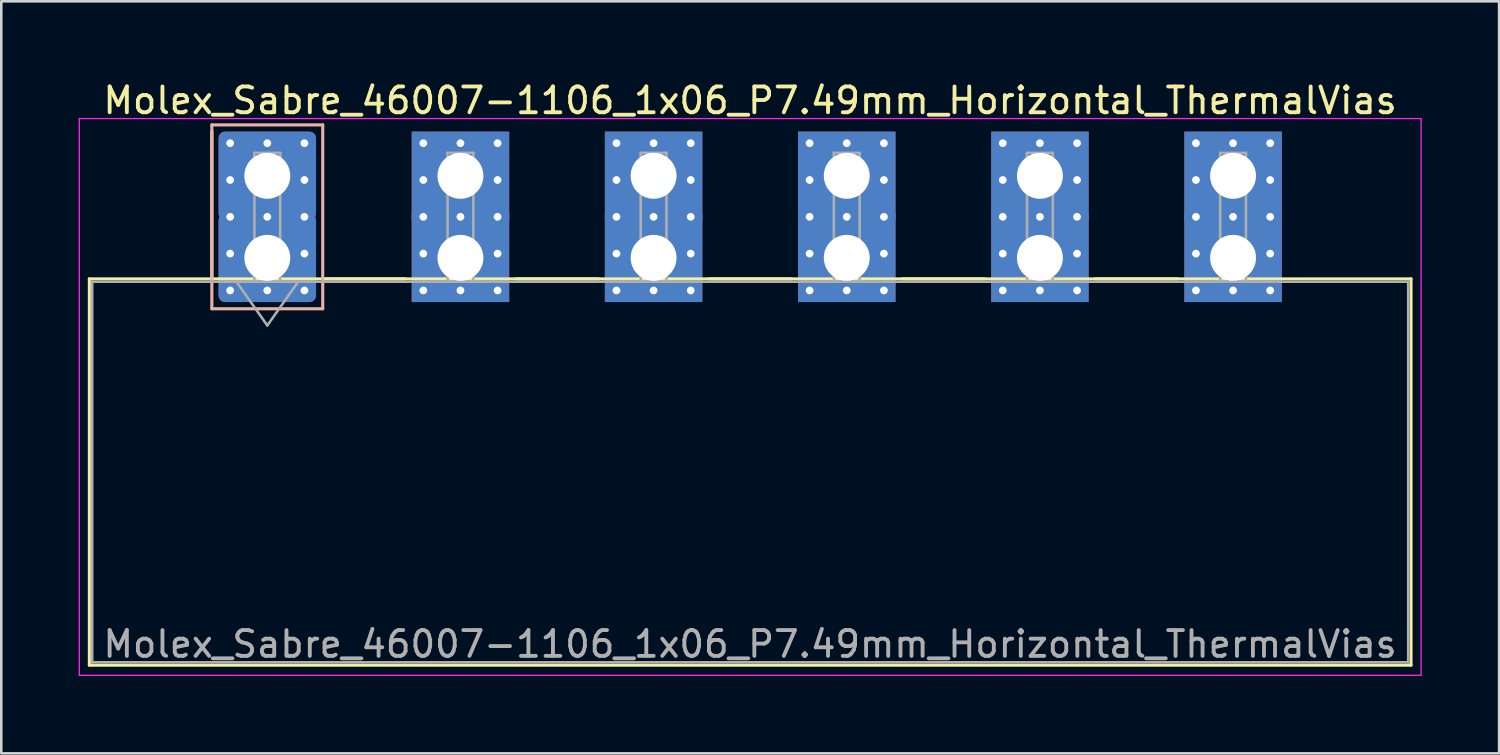
<source format=kicad_pcb>
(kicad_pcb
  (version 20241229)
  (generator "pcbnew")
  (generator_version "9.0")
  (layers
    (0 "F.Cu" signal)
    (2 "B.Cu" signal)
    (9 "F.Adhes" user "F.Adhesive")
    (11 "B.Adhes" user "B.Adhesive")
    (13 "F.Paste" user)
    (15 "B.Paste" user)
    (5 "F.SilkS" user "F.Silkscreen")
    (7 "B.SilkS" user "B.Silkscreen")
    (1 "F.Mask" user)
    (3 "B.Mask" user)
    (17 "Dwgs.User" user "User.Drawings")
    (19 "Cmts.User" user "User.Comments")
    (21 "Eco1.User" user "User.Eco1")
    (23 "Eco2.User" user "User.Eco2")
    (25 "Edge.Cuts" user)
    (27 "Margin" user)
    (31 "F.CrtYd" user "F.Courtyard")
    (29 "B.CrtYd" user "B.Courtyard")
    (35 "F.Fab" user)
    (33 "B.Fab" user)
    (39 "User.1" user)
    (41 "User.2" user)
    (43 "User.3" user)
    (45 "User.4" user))
  (footprint "Molex_Sabre_46007-1106_1x06_P7.49mm_Horizontal_ThermalVias"
    (layer "F.Cu")
    (at 7.315 6.948)
    (property "Reference" "Molex_Sabre_46007-1106_1x06_P7.49mm_Horizontal_ThermalVias" (at 18.72 -6.1 0) (layer "F.SilkS") (effects (font (size 1 1) (thickness 0.15))))
    (attr through_hole)
    (fp_line (start -6.9 0.815) (end -6.9 15.795) (stroke (width 0.12) (type solid)) (layer "F.SilkS"))
    (fp_line (start -6.9 15.795) (end 44.35 15.795) (stroke (width 0.12) (type solid)) (layer "F.SilkS"))
    (fp_line (start -2.15 0.815) (end -2.15 -4.895) (stroke (width 0.12) (type solid)) (layer "F.SilkS"))
    (fp_line (start 2.15 0.815) (end 5.34 0.815) (stroke (width 0.12) (type solid)) (layer "F.SilkS"))
    (fp_line (start 9.64 0.815) (end 12.83 0.815) (stroke (width 0.12) (type solid)) (layer "F.SilkS"))
    (fp_line (start 17.13 0.815) (end 20.32 0.815) (stroke (width 0.12) (type solid)) (layer "F.SilkS"))
    (fp_line (start 24.62 0.815) (end 27.81 0.815) (stroke (width 0.12) (type solid)) (layer "F.SilkS"))
    (fp_line (start 32.11 0.815) (end 35.3 0.815) (stroke (width 0.12) (type solid)) (layer "F.SilkS"))
    (fp_line (start 44.35 0.815) (end -6.9 0.815) (stroke (width 0.12) (type solid)) (layer "F.SilkS"))
    (fp_line (start 44.35 15.795) (end 44.35 0.815) (stroke (width 0.12) (type solid)) (layer "F.SilkS"))
    (fp_line (start -2.15 -5.155) (end -2.15 1.975) (stroke (width 0.12) (type solid)) (layer "B.SilkS"))
    (fp_line (start -2.15 1.975) (end 2.15 1.975) (stroke (width 0.12) (type solid)) (layer "B.SilkS"))
    (fp_line (start 2.15 -5.155) (end -2.15 -5.155) (stroke (width 0.12) (type solid)) (layer "B.SilkS"))
    (fp_line (start 2.15 1.975) (end 2.15 -5.155) (stroke (width 0.12) (type solid)) (layer "B.SilkS"))
    (fp_line (start -7.29 -5.4) (end -7.29 16.19) (stroke (width 0.05) (type solid)) (layer "F.CrtYd"))
    (fp_line (start -7.29 16.19) (end 44.74 16.19) (stroke (width 0.05) (type solid)) (layer "F.CrtYd"))
    (fp_line (start 44.74 -5.4) (end -7.29 -5.4) (stroke (width 0.05) (type solid)) (layer "F.CrtYd"))
    (fp_line (start 44.74 16.19) (end 44.74 -5.4) (stroke (width 0.05) (type solid)) (layer "F.CrtYd"))
    (fp_line (start -6.79 0.925) (end -6.79 15.685) (stroke (width 0.1) (type solid)) (layer "F.Fab"))
    (fp_line (start -6.79 15.685) (end 44.24 15.685) (stroke (width 0.1) (type solid)) (layer "F.Fab"))
    (fp_line (start -1.2 0.925) (end 0 2.622) (stroke (width 0.1) (type solid)) (layer "F.Fab"))
    (fp_line (start -0.5 -4.07) (end 0.5 -4.07) (stroke (width 0.1) (type solid)) (layer "F.Fab"))
    (fp_line (start -0.5 0.925) (end -0.5 -4.07) (stroke (width 0.1) (type solid)) (layer "F.Fab"))
    (fp_line (start 0 2.622) (end 1.2 0.925) (stroke (width 0.1) (type solid)) (layer "F.Fab"))
    (fp_line (start 0.5 -4.07) (end 0.5 0.925) (stroke (width 0.1) (type solid)) (layer "F.Fab"))
    (fp_line (start 0.5 0.925) (end -0.5 0.925) (stroke (width 0.1) (type solid)) (layer "F.Fab"))
    (fp_line (start 6.99 -4.07) (end 7.99 -4.07) (stroke (width 0.1) (type solid)) (layer "F.Fab"))
    (fp_line (start 6.99 0.925) (end 6.99 -4.07) (stroke (width 0.1) (type solid)) (layer "F.Fab"))
    (fp_line (start 7.99 -4.07) (end 7.99 0.925) (stroke (width 0.1) (type solid)) (layer "F.Fab"))
    (fp_line (start 7.99 0.925) (end 6.99 0.925) (stroke (width 0.1) (type solid)) (layer "F.Fab"))
    (fp_line (start 14.48 -4.07) (end 15.48 -4.07) (stroke (width 0.1) (type solid)) (layer "F.Fab"))
    (fp_line (start 14.48 0.925) (end 14.48 -4.07) (stroke (width 0.1) (type solid)) (layer "F.Fab"))
    (fp_line (start 15.48 -4.07) (end 15.48 0.925) (stroke (width 0.1) (type solid)) (layer "F.Fab"))
    (fp_line (start 15.48 0.925) (end 14.48 0.925) (stroke (width 0.1) (type solid)) (layer "F.Fab"))
    (fp_line (start 21.97 -4.07) (end 22.97 -4.07) (stroke (width 0.1) (type solid)) (layer "F.Fab"))
    (fp_line (start 21.97 0.925) (end 21.97 -4.07) (stroke (width 0.1) (type solid)) (layer "F.Fab"))
    (fp_line (start 22.97 -4.07) (end 22.97 0.925) (stroke (width 0.1) (type solid)) (layer "F.Fab"))
    (fp_line (start 22.97 0.925) (end 21.97 0.925) (stroke (width 0.1) (type solid)) (layer "F.Fab"))
    (fp_line (start 29.46 -4.07) (end 30.46 -4.07) (stroke (width 0.1) (type solid)) (layer "F.Fab"))
    (fp_line (start 29.46 0.925) (end 29.46 -4.07) (stroke (width 0.1) (type solid)) (layer "F.Fab"))
    (fp_line (start 30.46 -4.07) (end 30.46 0.925) (stroke (width 0.1) (type solid)) (layer "F.Fab"))
    (fp_line (start 30.46 0.925) (end 29.46 0.925) (stroke (width 0.1) (type solid)) (layer "F.Fab"))
    (fp_line (start 36.95 -4.07) (end 37.95 -4.07) (stroke (width 0.1) (type solid)) (layer "F.Fab"))
    (fp_line (start 36.95 0.925) (end 36.95 -4.07) (stroke (width 0.1) (type solid)) (layer "F.Fab"))
    (fp_line (start 37.95 -4.07) (end 37.95 0.925) (stroke (width 0.1) (type solid)) (layer "F.Fab"))
    (fp_line (start 37.95 0.925) (end 36.95 0.925) (stroke (width 0.1) (type solid)) (layer "F.Fab"))
    (fp_line (start 44.24 0.925) (end -6.79 0.925) (stroke (width 0.1) (type solid)) (layer "F.Fab"))
    (fp_line (start 44.24 15.685) (end 44.24 0.925) (stroke (width 0.1) (type solid)) (layer "F.Fab"))
    (fp_text user "${REFERENCE}" (at 18.72 14.98 0) (layer "F.Fab") (effects (font (size 1 1) (thickness 0.15))))
    (pad "1" thru_hole roundrect (at -1.44 -4.445) (size 0.6 0.6) (drill 0.3) (layers "*.Cu" "*.Mask") (roundrect_rratio 0.25))
    (pad "1" thru_hole roundrect (at -1.44 -3.018) (size 0.6 0.6) (drill 0.3) (layers "*.Cu" "*.Mask") (roundrect_rratio 0.25))
    (pad "1" thru_hole roundrect (at -1.44 -1.59) (size 0.6 0.6) (drill 0.3) (layers "*.Cu" "*.Mask") (roundrect_rratio 0.25))
    (pad "1" thru_hole roundrect (at -1.44 -0.163) (size 0.6 0.6) (drill 0.3) (layers "*.Cu" "*.Mask") (roundrect_rratio 0.25))
    (pad "1" thru_hole roundrect (at -1.44 1.265) (size 0.6 0.6) (drill 0.3) (layers "*.Cu" "*.Mask") (roundrect_rratio 0.25))
    (pad "1" thru_hole roundrect (at 0 -4.445) (size 0.6 0.6) (drill 0.3) (layers "*.Cu" "*.Mask") (roundrect_rratio 0.25))
    (pad "1" thru_hole roundrect (at 0 -3.18) (size 3.78 3.43) (drill 1.78) (layers "*.Cu" "*.Mask") (roundrect_rratio 0.073))
    (pad "1" thru_hole roundrect (at 0 -1.59) (size 0.6 0.6) (drill 0.3) (layers "*.Cu" "*.Mask") (roundrect_rratio 0.25))
    (pad "1" thru_hole roundrect (at 0 0) (size 3.78 3.43) (drill 1.78) (layers "*.Cu" "*.Mask") (roundrect_rratio 0.073))
    (pad "1" thru_hole roundrect (at 0 1.265) (size 0.6 0.6) (drill 0.3) (layers "*.Cu" "*.Mask") (roundrect_rratio 0.25))
    (pad "1" thru_hole roundrect (at 1.44 -4.445) (size 0.6 0.6) (drill 0.3) (layers "*.Cu" "*.Mask") (roundrect_rratio 0.25))
    (pad "1" thru_hole roundrect (at 1.44 -3.018) (size 0.6 0.6) (drill 0.3) (layers "*.Cu" "*.Mask") (roundrect_rratio 0.25))
    (pad "1" thru_hole roundrect (at 1.44 -1.59) (size 0.6 0.6) (drill 0.3) (layers "*.Cu" "*.Mask") (roundrect_rratio 0.25))
    (pad "1" thru_hole roundrect (at 1.44 -0.163) (size 0.6 0.6) (drill 0.3) (layers "*.Cu" "*.Mask") (roundrect_rratio 0.25))
    (pad "1" thru_hole roundrect (at 1.44 1.265) (size 0.6 0.6) (drill 0.3) (layers "*.Cu" "*.Mask") (roundrect_rratio 0.25))
    (pad "2" thru_hole circle (at 6.05 -4.445) (size 0.6 0.6) (drill 0.3) (layers "*.Cu" "*.Mask"))
    (pad "2" thru_hole circle (at 6.05 -3.018) (size 0.6 0.6) (drill 0.3) (layers "*.Cu" "*.Mask"))
    (pad "2" thru_hole circle (at 6.05 -1.59) (size 0.6 0.6) (drill 0.3) (layers "*.Cu" "*.Mask"))
    (pad "2" thru_hole circle (at 6.05 -0.163) (size 0.6 0.6) (drill 0.3) (layers "*.Cu" "*.Mask"))
    (pad "2" thru_hole circle (at 6.05 1.265) (size 0.6 0.6) (drill 0.3) (layers "*.Cu" "*.Mask"))
    (pad "2" thru_hole circle (at 7.49 -4.445) (size 0.6 0.6) (drill 0.3) (layers "*.Cu" "*.Mask"))
    (pad "2" thru_hole rect (at 7.49 -3.18) (size 3.78 3.43) (drill 1.78) (layers "*.Cu" "*.Mask"))
    (pad "2" thru_hole circle (at 7.49 -1.59) (size 0.6 0.6) (drill 0.3) (layers "*.Cu" "*.Mask"))
    (pad "2" thru_hole rect (at 7.49 0) (size 3.78 3.43) (drill 1.78) (layers "*.Cu" "*.Mask"))
    (pad "2" thru_hole circle (at 7.49 1.265) (size 0.6 0.6) (drill 0.3) (layers "*.Cu" "*.Mask"))
    (pad "2" thru_hole circle (at 8.93 -4.445) (size 0.6 0.6) (drill 0.3) (layers "*.Cu" "*.Mask"))
    (pad "2" thru_hole circle (at 8.93 -3.018) (size 0.6 0.6) (drill 0.3) (layers "*.Cu" "*.Mask"))
    (pad "2" thru_hole circle (at 8.93 -1.59) (size 0.6 0.6) (drill 0.3) (layers "*.Cu" "*.Mask"))
    (pad "2" thru_hole circle (at 8.93 -0.163) (size 0.6 0.6) (drill 0.3) (layers "*.Cu" "*.Mask"))
    (pad "2" thru_hole circle (at 8.93 1.265) (size 0.6 0.6) (drill 0.3) (layers "*.Cu" "*.Mask"))
    (pad "3" thru_hole circle (at 13.54 -4.445) (size 0.6 0.6) (drill 0.3) (layers "*.Cu" "*.Mask"))
    (pad "3" thru_hole circle (at 13.54 -3.018) (size 0.6 0.6) (drill 0.3) (layers "*.Cu" "*.Mask"))
    (pad "3" thru_hole circle (at 13.54 -1.59) (size 0.6 0.6) (drill 0.3) (layers "*.Cu" "*.Mask"))
    (pad "3" thru_hole circle (at 13.54 -0.163) (size 0.6 0.6) (drill 0.3) (layers "*.Cu" "*.Mask"))
    (pad "3" thru_hole circle (at 13.54 1.265) (size 0.6 0.6) (drill 0.3) (layers "*.Cu" "*.Mask"))
    (pad "3" thru_hole circle (at 14.98 -4.445) (size 0.6 0.6) (drill 0.3) (layers "*.Cu" "*.Mask"))
    (pad "3" thru_hole rect (at 14.98 -3.18) (size 3.78 3.43) (drill 1.78) (layers "*.Cu" "*.Mask"))
    (pad "3" thru_hole circle (at 14.98 -1.59) (size 0.6 0.6) (drill 0.3) (layers "*.Cu" "*.Mask"))
    (pad "3" thru_hole rect (at 14.98 0) (size 3.78 3.43) (drill 1.78) (layers "*.Cu" "*.Mask"))
    (pad "3" thru_hole circle (at 14.98 1.265) (size 0.6 0.6) (drill 0.3) (layers "*.Cu" "*.Mask"))
    (pad "3" thru_hole circle (at 16.42 -4.445) (size 0.6 0.6) (drill 0.3) (layers "*.Cu" "*.Mask"))
    (pad "3" thru_hole circle (at 16.42 -3.018) (size 0.6 0.6) (drill 0.3) (layers "*.Cu" "*.Mask"))
    (pad "3" thru_hole circle (at 16.42 -1.59) (size 0.6 0.6) (drill 0.3) (layers "*.Cu" "*.Mask"))
    (pad "3" thru_hole circle (at 16.42 -0.163) (size 0.6 0.6) (drill 0.3) (layers "*.Cu" "*.Mask"))
    (pad "3" thru_hole circle (at 16.42 1.265) (size 0.6 0.6) (drill 0.3) (layers "*.Cu" "*.Mask"))
    (pad "4" thru_hole circle (at 21.03 -4.445) (size 0.6 0.6) (drill 0.3) (layers "*.Cu" "*.Mask"))
    (pad "4" thru_hole circle (at 21.03 -3.018) (size 0.6 0.6) (drill 0.3) (layers "*.Cu" "*.Mask"))
    (pad "4" thru_hole circle (at 21.03 -1.59) (size 0.6 0.6) (drill 0.3) (layers "*.Cu" "*.Mask"))
    (pad "4" thru_hole circle (at 21.03 -0.163) (size 0.6 0.6) (drill 0.3) (layers "*.Cu" "*.Mask"))
    (pad "4" thru_hole circle (at 21.03 1.265) (size 0.6 0.6) (drill 0.3) (layers "*.Cu" "*.Mask"))
    (pad "4" thru_hole circle (at 22.47 -4.445) (size 0.6 0.6) (drill 0.3) (layers "*.Cu" "*.Mask"))
    (pad "4" thru_hole rect (at 22.47 -3.18) (size 3.78 3.43) (drill 1.78) (layers "*.Cu" "*.Mask"))
    (pad "4" thru_hole circle (at 22.47 -1.59) (size 0.6 0.6) (drill 0.3) (layers "*.Cu" "*.Mask"))
    (pad "4" thru_hole rect (at 22.47 0) (size 3.78 3.43) (drill 1.78) (layers "*.Cu" "*.Mask"))
    (pad "4" thru_hole circle (at 22.47 1.265) (size 0.6 0.6) (drill 0.3) (layers "*.Cu" "*.Mask"))
    (pad "4" thru_hole circle (at 23.91 -4.445) (size 0.6 0.6) (drill 0.3) (layers "*.Cu" "*.Mask"))
    (pad "4" thru_hole circle (at 23.91 -3.018) (size 0.6 0.6) (drill 0.3) (layers "*.Cu" "*.Mask"))
    (pad "4" thru_hole circle (at 23.91 -1.59) (size 0.6 0.6) (drill 0.3) (layers "*.Cu" "*.Mask"))
    (pad "4" thru_hole circle (at 23.91 -0.163) (size 0.6 0.6) (drill 0.3) (layers "*.Cu" "*.Mask"))
    (pad "4" thru_hole circle (at 23.91 1.265) (size 0.6 0.6) (drill 0.3) (layers "*.Cu" "*.Mask"))
    (pad "5" thru_hole circle (at 28.52 -4.445) (size 0.6 0.6) (drill 0.3) (layers "*.Cu" "*.Mask"))
    (pad "5" thru_hole circle (at 28.52 -3.018) (size 0.6 0.6) (drill 0.3) (layers "*.Cu" "*.Mask"))
    (pad "5" thru_hole circle (at 28.52 -1.59) (size 0.6 0.6) (drill 0.3) (layers "*.Cu" "*.Mask"))
    (pad "5" thru_hole circle (at 28.52 -0.163) (size 0.6 0.6) (drill 0.3) (layers "*.Cu" "*.Mask"))
    (pad "5" thru_hole circle (at 28.52 1.265) (size 0.6 0.6) (drill 0.3) (layers "*.Cu" "*.Mask"))
    (pad "5" thru_hole circle (at 29.96 -4.445) (size 0.6 0.6) (drill 0.3) (layers "*.Cu" "*.Mask"))
    (pad "5" thru_hole rect (at 29.96 -3.18) (size 3.78 3.43) (drill 1.78) (layers "*.Cu" "*.Mask"))
    (pad "5" thru_hole circle (at 29.96 -1.59) (size 0.6 0.6) (drill 0.3) (layers "*.Cu" "*.Mask"))
    (pad "5" thru_hole rect (at 29.96 0) (size 3.78 3.43) (drill 1.78) (layers "*.Cu" "*.Mask"))
    (pad "5" thru_hole circle (at 29.96 1.265) (size 0.6 0.6) (drill 0.3) (layers "*.Cu" "*.Mask"))
    (pad "5" thru_hole circle (at 31.4 -4.445) (size 0.6 0.6) (drill 0.3) (layers "*.Cu" "*.Mask"))
    (pad "5" thru_hole circle (at 31.4 -3.018) (size 0.6 0.6) (drill 0.3) (layers "*.Cu" "*.Mask"))
    (pad "5" thru_hole circle (at 31.4 -1.59) (size 0.6 0.6) (drill 0.3) (layers "*.Cu" "*.Mask"))
    (pad "5" thru_hole circle (at 31.4 -0.163) (size 0.6 0.6) (drill 0.3) (layers "*.Cu" "*.Mask"))
    (pad "5" thru_hole circle (at 31.4 1.265) (size 0.6 0.6) (drill 0.3) (layers "*.Cu" "*.Mask"))
    (pad "6" thru_hole circle (at 36.01 -4.445) (size 0.6 0.6) (drill 0.3) (layers "*.Cu" "*.Mask"))
    (pad "6" thru_hole circle (at 36.01 -3.018) (size 0.6 0.6) (drill 0.3) (layers "*.Cu" "*.Mask"))
    (pad "6" thru_hole circle (at 36.01 -1.59) (size 0.6 0.6) (drill 0.3) (layers "*.Cu" "*.Mask"))
    (pad "6" thru_hole circle (at 36.01 -0.163) (size 0.6 0.6) (drill 0.3) (layers "*.Cu" "*.Mask"))
    (pad "6" thru_hole circle (at 36.01 1.265) (size 0.6 0.6) (drill 0.3) (layers "*.Cu" "*.Mask"))
    (pad "6" thru_hole circle (at 37.45 -4.445) (size 0.6 0.6) (drill 0.3) (layers "*.Cu" "*.Mask"))
    (pad "6" thru_hole rect (at 37.45 -3.18) (size 3.78 3.43) (drill 1.78) (layers "*.Cu" "*.Mask"))
    (pad "6" thru_hole circle (at 37.45 -1.59) (size 0.6 0.6) (drill 0.3) (layers "*.Cu" "*.Mask"))
    (pad "6" thru_hole rect (at 37.45 0) (size 3.78 3.43) (drill 1.78) (layers "*.Cu" "*.Mask"))
    (pad "6" thru_hole circle (at 37.45 1.265) (size 0.6 0.6) (drill 0.3) (layers "*.Cu" "*.Mask"))
    (pad "6" thru_hole circle (at 38.89 -4.445) (size 0.6 0.6) (drill 0.3) (layers "*.Cu" "*.Mask"))
    (pad "6" thru_hole circle (at 38.89 -3.018) (size 0.6 0.6) (drill 0.3) (layers "*.Cu" "*.Mask"))
    (pad "6" thru_hole circle (at 38.89 -1.59) (size 0.6 0.6) (drill 0.3) (layers "*.Cu" "*.Mask"))
    (pad "6" thru_hole circle (at 38.89 -0.163) (size 0.6 0.6) (drill 0.3) (layers "*.Cu" "*.Mask"))
    (pad "6" thru_hole circle (at 38.89 1.265) (size 0.6 0.6) (drill 0.3) (layers "*.Cu" "*.Mask")))
  (gr_rect
    (start -3 -3)
    (end 55.08 26.163)
    (stroke (width 0.1) (type default))
    (fill no)
    (layer "Edge.Cuts")))
</source>
